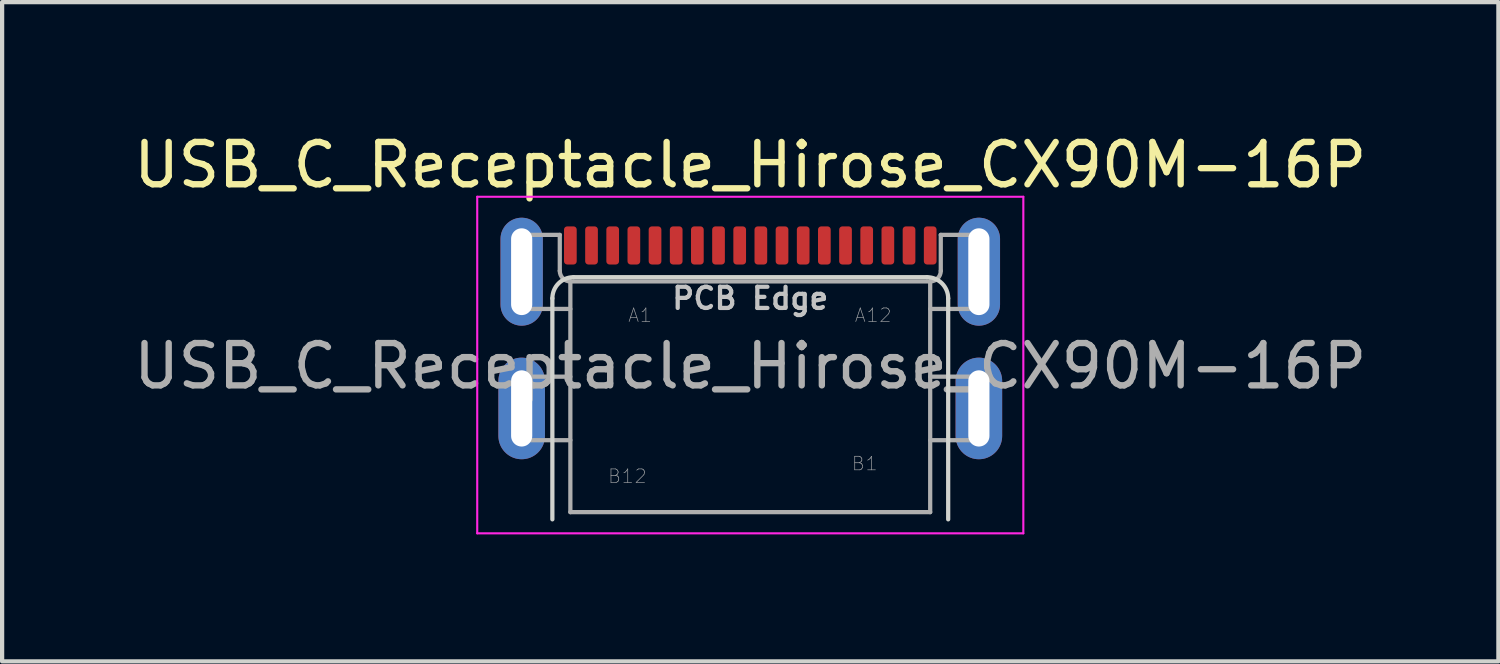
<source format=kicad_pcb>
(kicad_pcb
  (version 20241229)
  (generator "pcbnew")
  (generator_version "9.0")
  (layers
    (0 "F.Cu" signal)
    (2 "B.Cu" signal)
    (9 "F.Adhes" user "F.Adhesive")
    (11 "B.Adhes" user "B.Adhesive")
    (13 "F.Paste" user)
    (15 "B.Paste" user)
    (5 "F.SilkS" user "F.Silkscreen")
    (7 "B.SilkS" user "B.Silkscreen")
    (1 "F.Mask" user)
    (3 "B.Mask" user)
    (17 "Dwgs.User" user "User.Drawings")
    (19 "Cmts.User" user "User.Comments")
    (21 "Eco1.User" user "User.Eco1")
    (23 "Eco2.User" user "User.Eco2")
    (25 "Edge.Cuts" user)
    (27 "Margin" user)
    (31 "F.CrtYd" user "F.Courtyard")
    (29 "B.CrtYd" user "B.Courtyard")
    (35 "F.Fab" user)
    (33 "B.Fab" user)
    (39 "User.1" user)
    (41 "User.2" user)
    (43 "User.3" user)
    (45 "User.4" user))
  (footprint "USB_C_Receptacle_Hirose_CX90M-16P"
    (layer "F.Cu")
    (at 14.673 5.598)
    (property "Reference" "USB_C_Receptacle_Hirose_CX90M-16P" (at 0 -4.75 0) (layer "F.SilkS") (effects (font (size 1 1) (thickness 0.15))))
    (attr smd)
    (fp_line (start -4.675 -1.6) (end -4.675 3.62) (stroke (width 0.1) (type solid)) (layer "Edge.Cuts"))
    (fp_line (start 4.175 -2.1) (end -4.175 -2.1) (stroke (width 0.1) (type solid)) (layer "Edge.Cuts"))
    (fp_line (start 4.675 3.62) (end 4.675 -1.6) (stroke (width 0.1) (type solid)) (layer "Edge.Cuts"))
    (fp_arc (start -4.675 -1.6) (mid -4.528553 -1.953553) (end -4.175 -2.1) (stroke (width 0.1) (type solid)) (layer "Edge.Cuts"))
    (fp_arc (start 4.175 -2.1) (mid 4.528553 -1.953553) (end 4.675 -1.6) (stroke (width 0.1) (type solid)) (layer "Edge.Cuts"))
    (fp_line (start -6.45 -4) (end -6.45 3.95) (stroke (width 0.05) (type solid)) (layer "F.CrtYd"))
    (fp_line (start -6.45 3.95) (end 6.45 3.95) (stroke (width 0.05) (type solid)) (layer "F.CrtYd"))
    (fp_line (start 6.45 -4) (end -6.45 -4) (stroke (width 0.05) (type solid)) (layer "F.CrtYd"))
    (fp_line (start 6.45 3.95) (end 6.45 -4) (stroke (width 0.05) (type solid)) (layer "F.CrtYd"))
    (fp_line (start -5.5 -3.1) (end -5.5 -1.35) (stroke (width 0.1) (type solid)) (layer "F.Fab"))
    (fp_line (start -5.5 -1.35) (end -4.25 -1.35) (stroke (width 0.1) (type solid)) (layer "F.Fab"))
    (fp_line (start -5.5 0.25) (end -5.5 1.75) (stroke (width 0.1) (type solid)) (layer "F.Fab"))
    (fp_line (start -5.5 1.75) (end -4.25 1.75) (stroke (width 0.1) (type solid)) (layer "F.Fab"))
    (fp_line (start -4.5 -3.1) (end -5.5 -3.1) (stroke (width 0.1) (type solid)) (layer "F.Fab"))
    (fp_line (start -4.5 -3.1) (end -4.5 -2.25) (stroke (width 0.1) (type solid)) (layer "F.Fab"))
    (fp_line (start -4.25 -2) (end -4.25 3.45) (stroke (width 0.1) (type solid)) (layer "F.Fab"))
    (fp_line (start -4.25 0.25) (end -5.5 0.25) (stroke (width 0.1) (type solid)) (layer "F.Fab"))
    (fp_line (start -4.25 3.45) (end 4.25 3.45) (stroke (width 0.1) (type solid)) (layer "F.Fab"))
    (fp_line (start 4.25 -2) (end -4.25 -2) (stroke (width 0.1) (type solid)) (layer "F.Fab"))
    (fp_line (start 4.25 -1.35) (end 5.5 -1.35) (stroke (width 0.1) (type solid)) (layer "F.Fab"))
    (fp_line (start 4.25 1.75) (end 5.5 1.75) (stroke (width 0.1) (type solid)) (layer "F.Fab"))
    (fp_line (start 4.25 3.45) (end 4.25 -2) (stroke (width 0.1) (type solid)) (layer "F.Fab"))
    (fp_line (start 4.5 -2.25) (end 4.5 -3.1) (stroke (width 0.1) (type solid)) (layer "F.Fab"))
    (fp_line (start 5.5 -3.1) (end 4.5 -3.1) (stroke (width 0.1) (type solid)) (layer "F.Fab"))
    (fp_line (start 5.5 -1.35) (end 5.5 -3.1) (stroke (width 0.1) (type solid)) (layer "F.Fab"))
    (fp_line (start 5.5 0.25) (end 4.25 0.25) (stroke (width 0.1) (type solid)) (layer "F.Fab"))
    (fp_line (start 5.5 1.75) (end 5.5 0.25) (stroke (width 0.1) (type solid)) (layer "F.Fab"))
    (fp_arc (start -4.25 -2) (mid -4.426777 -2.073223) (end -4.5 -2.25) (stroke (width 0.1) (type solid)) (layer "F.Fab"))
    (fp_arc (start 4.5 -2.25) (mid 4.426777 -2.073223) (end 4.25 -2) (stroke (width 0.1) (type solid)) (layer "F.Fab"))
    (fp_text user "PCB Edge" (at 0 -1.6 0) (layer "Dwgs.User") (effects (font (size 0.5 0.5) (thickness 0.1))))
    (fp_text user "B1" (at 2.704 2.303 0) (layer "F.Fab") (effects (font (size 0.32 0.32) (thickness 0.015))))
    (fp_text user "B12" (at -2.902 2.601 0) (layer "F.Fab") (effects (font (size 0.32 0.32) (thickness 0.015))))
    (fp_text user "A12" (at 2.903 -1.201 0) (layer "F.Fab") (effects (font (size 0.32 0.32) (thickness 0.015))))
    (fp_text user "A1" (at -2.603 -1.201 0) (layer "F.Fab") (effects (font (size 0.32 0.32) (thickness 0.015))))
    (fp_text user "${REFERENCE}" (at 0 0 0) (layer "F.Fab") (effects (font (size 1 1) (thickness 0.15))))
    (pad "A1" smd roundrect (at -3.75 -2.85) (size 0.3 0.9) (layers "F.Cu" "F.Mask" "F.Paste") (roundrect_rratio 0.25))
    (pad "A4" smd roundrect (at -2.75 -2.85) (size 0.3 0.9) (layers "F.Cu" "F.Mask" "F.Paste") (roundrect_rratio 0.25))
    (pad "A5" smd roundrect (at -1.75 -2.85) (size 0.3 0.9) (layers "F.Cu" "F.Mask" "F.Paste") (roundrect_rratio 0.25))
    (pad "A6" smd roundrect (at -0.75 -2.85) (size 0.3 0.9) (layers "F.Cu" "F.Mask" "F.Paste") (roundrect_rratio 0.25))
    (pad "A7" smd roundrect (at 0.75 -2.85) (size 0.3 0.9) (layers "F.Cu" "F.Mask" "F.Paste") (roundrect_rratio 0.25))
    (pad "A8" smd roundrect (at 1.75 -2.85) (size 0.3 0.9) (layers "F.Cu" "F.Mask" "F.Paste") (roundrect_rratio 0.25))
    (pad "A9" smd roundrect (at 2.75 -2.85) (size 0.3 0.9) (layers "F.Cu" "F.Mask" "F.Paste") (roundrect_rratio 0.25))
    (pad "A12" smd roundrect (at 3.75 -2.85) (size 0.3 0.9) (layers "F.Cu" "F.Mask" "F.Paste") (roundrect_rratio 0.25))
    (pad "B1" smd roundrect (at 3.25 -2.85) (size 0.3 0.9) (layers "F.Cu" "F.Mask" "F.Paste") (roundrect_rratio 0.25))
    (pad "B4" smd roundrect (at 2.25 -2.85) (size 0.3 0.9) (layers "F.Cu" "F.Mask" "F.Paste") (roundrect_rratio 0.25))
    (pad "B5" smd roundrect (at 1.25 -2.85) (size 0.3 0.9) (layers "F.Cu" "F.Mask" "F.Paste") (roundrect_rratio 0.25))
    (pad "B6" smd roundrect (at 0.25 -2.85) (size 0.3 0.9) (layers "F.Cu" "F.Mask" "F.Paste") (roundrect_rratio 0.25))
    (pad "B7" smd roundrect (at -0.25 -2.85) (size 0.3 0.9) (layers "F.Cu" "F.Mask" "F.Paste") (roundrect_rratio 0.25))
    (pad "B8" smd roundrect (at -1.25 -2.85) (size 0.3 0.9) (layers "F.Cu" "F.Mask" "F.Paste") (roundrect_rratio 0.25))
    (pad "B9" smd roundrect (at -2.25 -2.85) (size 0.3 0.9) (layers "F.Cu" "F.Mask" "F.Paste") (roundrect_rratio 0.25))
    (pad "B12" smd roundrect (at -3.25 -2.85) (size 0.3 0.9) (layers "F.Cu" "F.Mask" "F.Paste") (roundrect_rratio 0.25))
    (pad "MID" smd roundrect (at -4.25 -2.85) (size 0.3 0.9) (layers "F.Cu" "F.Mask" "F.Paste") (roundrect_rratio 0.25))
    (pad "MID" smd roundrect (at 4.25 -2.85) (size 0.3 0.9) (layers "F.Cu" "F.Mask" "F.Paste") (roundrect_rratio 0.25))
    (pad "S1" thru_hole oval (at -5.4 -2.23) (size 1 2.55) (drill oval 0.5 2.05) (layers "*.Cu" "*.Mask"))
    (pad "S1" thru_hole oval (at -5.4 1) (size 1.1 2.4) (drill oval 0.5 1.8) (layers "*.Cu" "*.Mask"))
    (pad "S1" thru_hole oval (at 5.4 -2.23) (size 1 2.55) (drill oval 0.5 2.05) (layers "*.Cu" "*.Mask"))
    (pad "S1" thru_hole oval (at 5.4 1) (size 1.1 2.4) (drill oval 0.5 1.8) (layers "*.Cu" "*.Mask")))
  (gr_rect
    (start -3 -3)
    (end 32.345 12.573)
    (stroke (width 0.1) (type default))
    (fill no)
    (layer "Edge.Cuts")))
</source>
